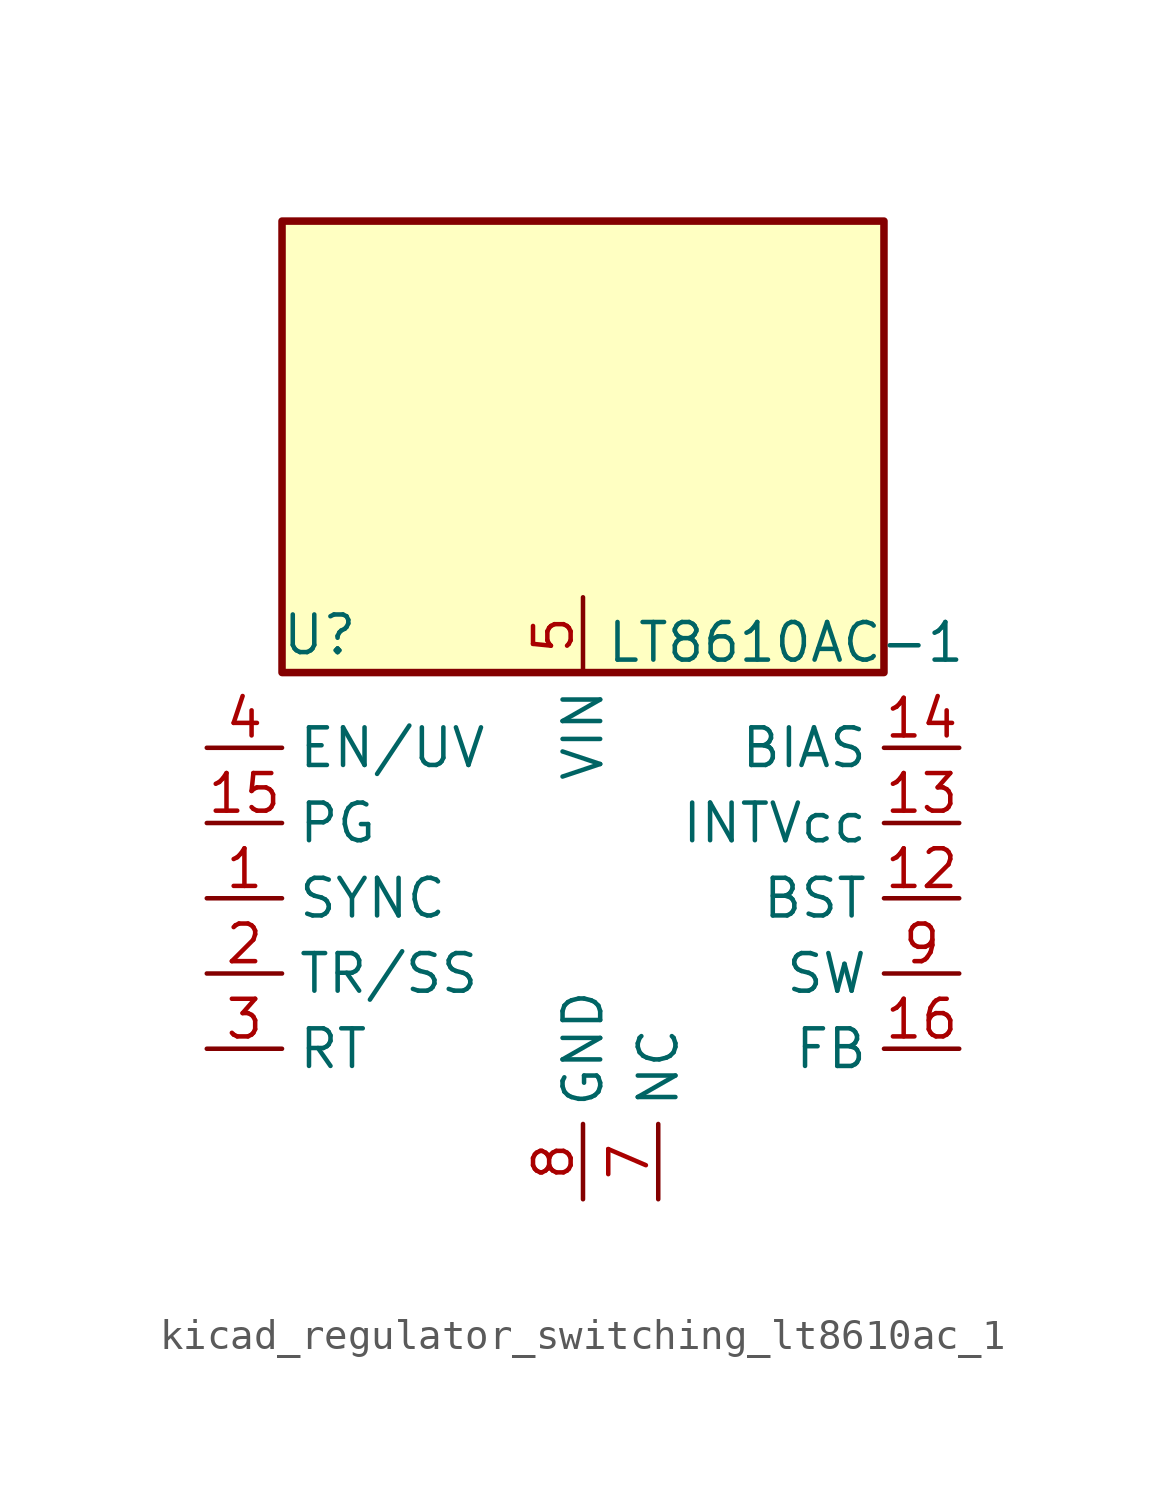
<source format=kicad_sym>
(kicad_symbol_lib
  (version 20220914)
  (generator kicad_symbol_editor)
  (symbol "kicad_regulator_switching_lt8610ac_1"
    (property "Reference" "U"
      (at -8.89 8.89 0)
      (effects (font (size 1.27 1.27))))
    (property "Value" "LT8610AC-1"
      (at 0.762 8.636 0)
      (effects (font (size 1.27 1.27)) (justify left)))
    (symbol "kicad_regulator_switching_lt8610ac_1_0_1"
      (rectangle (start 10.16 22.86) (end -10.16 7.62) (stroke (width 0.254) (type default)) (fill (type background))))
    (symbol "kicad_regulator_switching_lt8610ac_1_1_1"
      (pin input line (at -12.7 0 0) (length 2.54) (name "SYNC" (effects (font (size 1.27 1.27)))) (number "1" (effects (font (size 1.27 1.27)))))
      (pin passive line (at 12.7 -2.54 180) (length 2.54) hide (name "SW" (effects (font (size 1.27 1.27)))) (number "10" (effects (font (size 1.27 1.27)))))
      (pin passive line (at 12.7 -2.54 180) (length 2.54) hide (name "SW" (effects (font (size 1.27 1.27)))) (number "11" (effects (font (size 1.27 1.27)))))
      (pin input line (at 12.7 0 180) (length 2.54) (name "BST" (effects (font (size 1.27 1.27)))) (number "12" (effects (font (size 1.27 1.27)))))
      (pin passive line (at 12.7 2.54 180) (length 2.54) (name "INTVcc" (effects (font (size 1.27 1.27)))) (number "13" (effects (font (size 1.27 1.27)))))
      (pin input line (at 12.7 5.08 180) (length 2.54) (name "BIAS" (effects (font (size 1.27 1.27)))) (number "14" (effects (font (size 1.27 1.27)))))
      (pin open_collector line (at -12.7 2.54 0) (length 2.54) (name "PG" (effects (font (size 1.27 1.27)))) (number "15" (effects (font (size 1.27 1.27)))))
      (pin input line (at 12.7 -5.08 180) (length 2.54) (name "FB" (effects (font (size 1.27 1.27)))) (number "16" (effects (font (size 1.27 1.27)))))
      (pin passive line (at 0 -10.16 90) (length 2.54) hide (name "GND" (effects (font (size 1.27 1.27)))) (number "17" (effects (font (size 1.27 1.27)))))
      (pin input line (at -12.7 -2.54 0) (length 2.54) (name "TR/SS" (effects (font (size 1.27 1.27)))) (number "2" (effects (font (size 1.27 1.27)))))
      (pin passive line (at -12.7 -5.08 0) (length 2.54) (name "RT" (effects (font (size 1.27 1.27)))) (number "3" (effects (font (size 1.27 1.27)))))
      (pin input line (at -12.7 5.08 0) (length 2.54) (name "EN/UV" (effects (font (size 1.27 1.27)))) (number "4" (effects (font (size 1.27 1.27)))))
      (pin power_in line (at 0 10.16 270) (length 2.54) (name "VIN" (effects (font (size 1.27 1.27)))) (number "5" (effects (font (size 1.27 1.27)))))
      (pin passive line (at 0 10.16 270) (length 2.54) hide (name "VIN" (effects (font (size 1.27 1.27)))) (number "6" (effects (font (size 1.27 1.27)))))
      (pin passive line (at 2.54 -10.16 90) (length 2.54) (name "NC" (effects (font (size 1.27 1.27)))) (number "7" (effects (font (size 1.27 1.27)))))
      (pin power_in line (at 0 -10.16 90) (length 2.54) (name "GND" (effects (font (size 1.27 1.27)))) (number "8" (effects (font (size 1.27 1.27)))))
      (pin output line (at 12.7 -2.54 180) (length 2.54) (name "SW" (effects (font (size 1.27 1.27)))) (number "9" (effects (font (size 1.27 1.27))))))))
</source>
